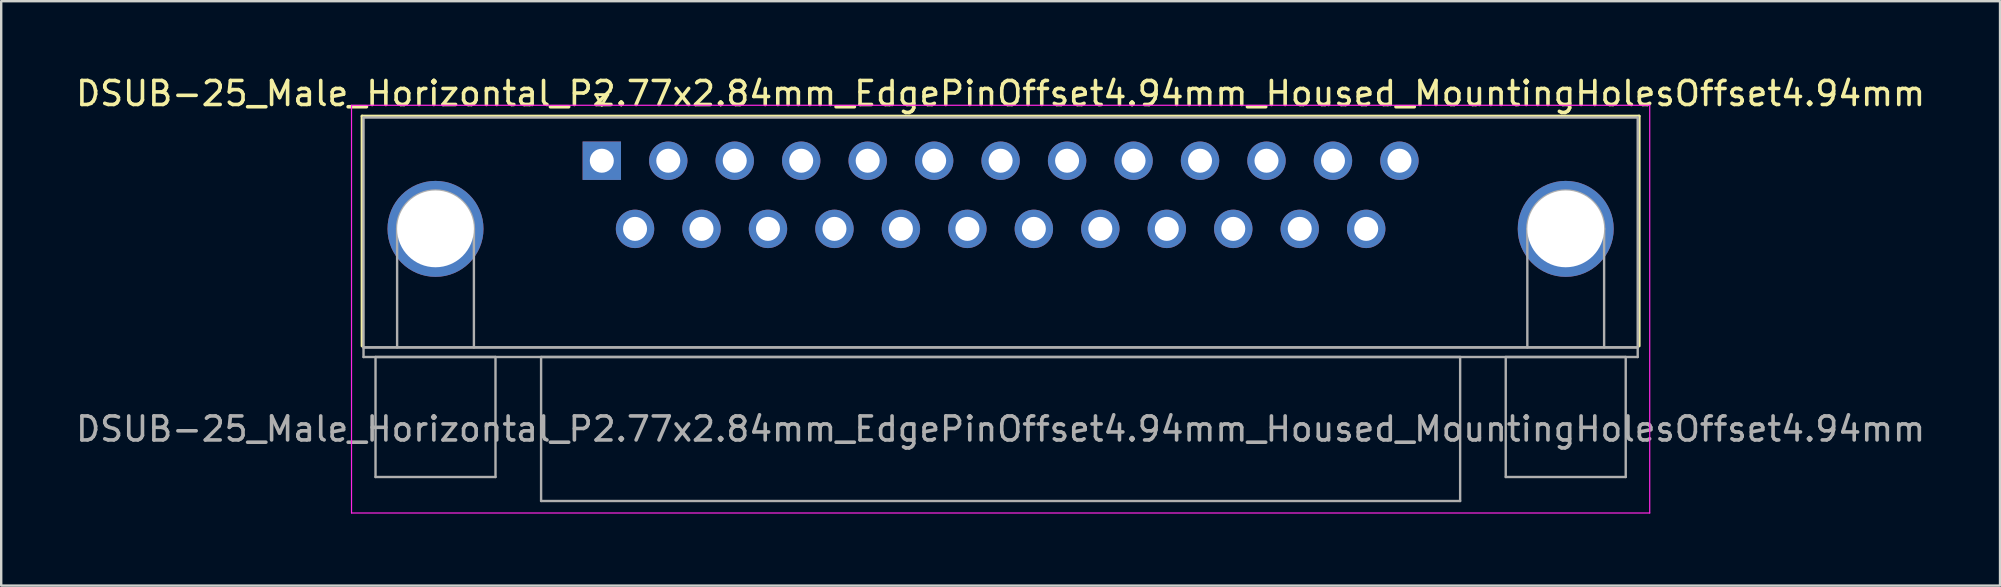
<source format=kicad_pcb>
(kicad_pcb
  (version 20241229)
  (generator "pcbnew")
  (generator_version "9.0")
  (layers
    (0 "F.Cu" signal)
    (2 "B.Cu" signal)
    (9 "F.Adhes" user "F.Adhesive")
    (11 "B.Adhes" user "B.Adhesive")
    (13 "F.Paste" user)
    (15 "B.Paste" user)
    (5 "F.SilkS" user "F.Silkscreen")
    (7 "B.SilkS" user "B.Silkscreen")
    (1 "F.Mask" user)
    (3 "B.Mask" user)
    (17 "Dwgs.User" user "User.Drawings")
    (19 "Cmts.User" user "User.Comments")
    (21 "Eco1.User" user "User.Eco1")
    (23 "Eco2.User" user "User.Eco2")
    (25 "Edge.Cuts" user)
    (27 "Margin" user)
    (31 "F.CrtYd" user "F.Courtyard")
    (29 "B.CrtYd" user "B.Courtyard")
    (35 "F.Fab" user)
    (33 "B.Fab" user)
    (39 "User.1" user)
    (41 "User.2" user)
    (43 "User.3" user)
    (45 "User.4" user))
  (footprint "DSUB-25_Male_Horizontal_P2.77x2.84mm_EdgePinOffset4.94mm_Housed_MountingHolesOffset4.94mm"
    (layer "F.Cu")
    (at 22.029 3.648)
    (property "Reference" "DSUB-25_Male_Horizontal_P2.77x2.84mm_EdgePinOffset4.94mm_Housed_MountingHolesOffset4.94mm" (at 16.62 -2.8 0) (layer "F.SilkS") (effects (font (size 1 1) (thickness 0.15))))
    (attr through_hole)
    (fp_line (start -9.99 -1.86) (end 43.23 -1.86) (stroke (width 0.12) (type solid)) (layer "F.SilkS"))
    (fp_line (start -9.99 7.72) (end -9.99 -1.86) (stroke (width 0.12) (type solid)) (layer "F.SilkS"))
    (fp_line (start -0.25 -2.754) (end 0.25 -2.754) (stroke (width 0.12) (type solid)) (layer "F.SilkS"))
    (fp_line (start 0 -2.321) (end -0.25 -2.754) (stroke (width 0.12) (type solid)) (layer "F.SilkS"))
    (fp_line (start 0.25 -2.754) (end 0 -2.321) (stroke (width 0.12) (type solid)) (layer "F.SilkS"))
    (fp_line (start 43.23 -1.86) (end 43.23 7.72) (stroke (width 0.12) (type solid)) (layer "F.SilkS"))
    (fp_line (start -10.43 -2.31) (end -10.43 14.68) (stroke (width 0.05) (type solid)) (layer "F.CrtYd"))
    (fp_line (start -10.43 14.68) (end 43.67 14.68) (stroke (width 0.05) (type solid)) (layer "F.CrtYd"))
    (fp_line (start 43.67 -2.31) (end -10.43 -2.31) (stroke (width 0.05) (type solid)) (layer "F.CrtYd"))
    (fp_line (start 43.67 14.68) (end 43.67 -2.31) (stroke (width 0.05) (type solid)) (layer "F.CrtYd"))
    (fp_line (start -9.93 -1.8) (end -9.93 7.78) (stroke (width 0.1) (type solid)) (layer "F.Fab"))
    (fp_line (start -9.93 7.78) (end -9.93 8.18) (stroke (width 0.1) (type solid)) (layer "F.Fab"))
    (fp_line (start -9.93 7.78) (end 43.17 7.78) (stroke (width 0.1) (type solid)) (layer "F.Fab"))
    (fp_line (start -9.93 8.18) (end 43.17 8.18) (stroke (width 0.1) (type solid)) (layer "F.Fab"))
    (fp_line (start -9.43 8.18) (end -9.43 13.18) (stroke (width 0.1) (type solid)) (layer "F.Fab"))
    (fp_line (start -9.43 13.18) (end -4.43 13.18) (stroke (width 0.1) (type solid)) (layer "F.Fab"))
    (fp_line (start -8.53 7.78) (end -8.53 2.84) (stroke (width 0.1) (type solid)) (layer "F.Fab"))
    (fp_line (start -5.33 7.78) (end -5.33 2.84) (stroke (width 0.1) (type solid)) (layer "F.Fab"))
    (fp_line (start -4.43 8.18) (end -9.43 8.18) (stroke (width 0.1) (type solid)) (layer "F.Fab"))
    (fp_line (start -4.43 13.18) (end -4.43 8.18) (stroke (width 0.1) (type solid)) (layer "F.Fab"))
    (fp_line (start -2.53 8.18) (end -2.53 14.18) (stroke (width 0.1) (type solid)) (layer "F.Fab"))
    (fp_line (start -2.53 14.18) (end 35.77 14.18) (stroke (width 0.1) (type solid)) (layer "F.Fab"))
    (fp_line (start 35.77 8.18) (end -2.53 8.18) (stroke (width 0.1) (type solid)) (layer "F.Fab"))
    (fp_line (start 35.77 14.18) (end 35.77 8.18) (stroke (width 0.1) (type solid)) (layer "F.Fab"))
    (fp_line (start 37.67 8.18) (end 37.67 13.18) (stroke (width 0.1) (type solid)) (layer "F.Fab"))
    (fp_line (start 37.67 13.18) (end 42.67 13.18) (stroke (width 0.1) (type solid)) (layer "F.Fab"))
    (fp_line (start 38.57 7.78) (end 38.57 2.84) (stroke (width 0.1) (type solid)) (layer "F.Fab"))
    (fp_line (start 41.77 7.78) (end 41.77 2.84) (stroke (width 0.1) (type solid)) (layer "F.Fab"))
    (fp_line (start 42.67 8.18) (end 37.67 8.18) (stroke (width 0.1) (type solid)) (layer "F.Fab"))
    (fp_line (start 42.67 13.18) (end 42.67 8.18) (stroke (width 0.1) (type solid)) (layer "F.Fab"))
    (fp_line (start 43.17 -1.8) (end -9.93 -1.8) (stroke (width 0.1) (type solid)) (layer "F.Fab"))
    (fp_line (start 43.17 7.78) (end -9.93 7.78) (stroke (width 0.1) (type solid)) (layer "F.Fab"))
    (fp_line (start 43.17 7.78) (end 43.17 -1.8) (stroke (width 0.1) (type solid)) (layer "F.Fab"))
    (fp_line (start 43.17 8.18) (end 43.17 7.78) (stroke (width 0.1) (type solid)) (layer "F.Fab"))
    (fp_arc (start -8.53 2.84) (mid -6.93 1.24) (end -5.33 2.84) (stroke (width 0.1) (type solid)) (layer "F.Fab"))
    (fp_arc (start 38.57 2.84) (mid 40.17 1.24) (end 41.77 2.84) (stroke (width 0.1) (type solid)) (layer "F.Fab"))
    (fp_text user "${REFERENCE}" (at 16.62 11.18 0) (layer "F.Fab") (effects (font (size 1 1) (thickness 0.15))))
    (pad "0" thru_hole circle (at -6.93 2.84) (size 4 4) (drill 3.2) (layers "*.Cu" "*.Mask"))
    (pad "0" thru_hole circle (at 40.17 2.84) (size 4 4) (drill 3.2) (layers "*.Cu" "*.Mask"))
    (pad "1" thru_hole rect (at 0 0) (size 1.6 1.6) (drill 1) (layers "*.Cu" "*.Mask"))
    (pad "2" thru_hole circle (at 2.77 0) (size 1.6 1.6) (drill 1) (layers "*.Cu" "*.Mask"))
    (pad "3" thru_hole circle (at 5.54 0) (size 1.6 1.6) (drill 1) (layers "*.Cu" "*.Mask"))
    (pad "4" thru_hole circle (at 8.31 0) (size 1.6 1.6) (drill 1) (layers "*.Cu" "*.Mask"))
    (pad "5" thru_hole circle (at 11.08 0) (size 1.6 1.6) (drill 1) (layers "*.Cu" "*.Mask"))
    (pad "6" thru_hole circle (at 13.85 0) (size 1.6 1.6) (drill 1) (layers "*.Cu" "*.Mask"))
    (pad "7" thru_hole circle (at 16.62 0) (size 1.6 1.6) (drill 1) (layers "*.Cu" "*.Mask"))
    (pad "8" thru_hole circle (at 19.39 0) (size 1.6 1.6) (drill 1) (layers "*.Cu" "*.Mask"))
    (pad "9" thru_hole circle (at 22.16 0) (size 1.6 1.6) (drill 1) (layers "*.Cu" "*.Mask"))
    (pad "10" thru_hole circle (at 24.93 0) (size 1.6 1.6) (drill 1) (layers "*.Cu" "*.Mask"))
    (pad "11" thru_hole circle (at 27.7 0) (size 1.6 1.6) (drill 1) (layers "*.Cu" "*.Mask"))
    (pad "12" thru_hole circle (at 30.47 0) (size 1.6 1.6) (drill 1) (layers "*.Cu" "*.Mask"))
    (pad "13" thru_hole circle (at 33.24 0) (size 1.6 1.6) (drill 1) (layers "*.Cu" "*.Mask"))
    (pad "14" thru_hole circle (at 1.385 2.84) (size 1.6 1.6) (drill 1) (layers "*.Cu" "*.Mask"))
    (pad "15" thru_hole circle (at 4.155 2.84) (size 1.6 1.6) (drill 1) (layers "*.Cu" "*.Mask"))
    (pad "16" thru_hole circle (at 6.925 2.84) (size 1.6 1.6) (drill 1) (layers "*.Cu" "*.Mask"))
    (pad "17" thru_hole circle (at 9.695 2.84) (size 1.6 1.6) (drill 1) (layers "*.Cu" "*.Mask"))
    (pad "18" thru_hole circle (at 12.465 2.84) (size 1.6 1.6) (drill 1) (layers "*.Cu" "*.Mask"))
    (pad "19" thru_hole circle (at 15.235 2.84) (size 1.6 1.6) (drill 1) (layers "*.Cu" "*.Mask"))
    (pad "20" thru_hole circle (at 18.005 2.84) (size 1.6 1.6) (drill 1) (layers "*.Cu" "*.Mask"))
    (pad "21" thru_hole circle (at 20.775 2.84) (size 1.6 1.6) (drill 1) (layers "*.Cu" "*.Mask"))
    (pad "22" thru_hole circle (at 23.545 2.84) (size 1.6 1.6) (drill 1) (layers "*.Cu" "*.Mask"))
    (pad "23" thru_hole circle (at 26.315 2.84) (size 1.6 1.6) (drill 1) (layers "*.Cu" "*.Mask"))
    (pad "24" thru_hole circle (at 29.085 2.84) (size 1.6 1.6) (drill 1) (layers "*.Cu" "*.Mask"))
    (pad "25" thru_hole circle (at 31.855 2.84) (size 1.6 1.6) (drill 1) (layers "*.Cu" "*.Mask")))
  (gr_rect
    (start -3 -3)
    (end 80.298 21.353)
    (stroke (width 0.1) (type default))
    (fill no)
    (layer "Edge.Cuts")))
</source>
